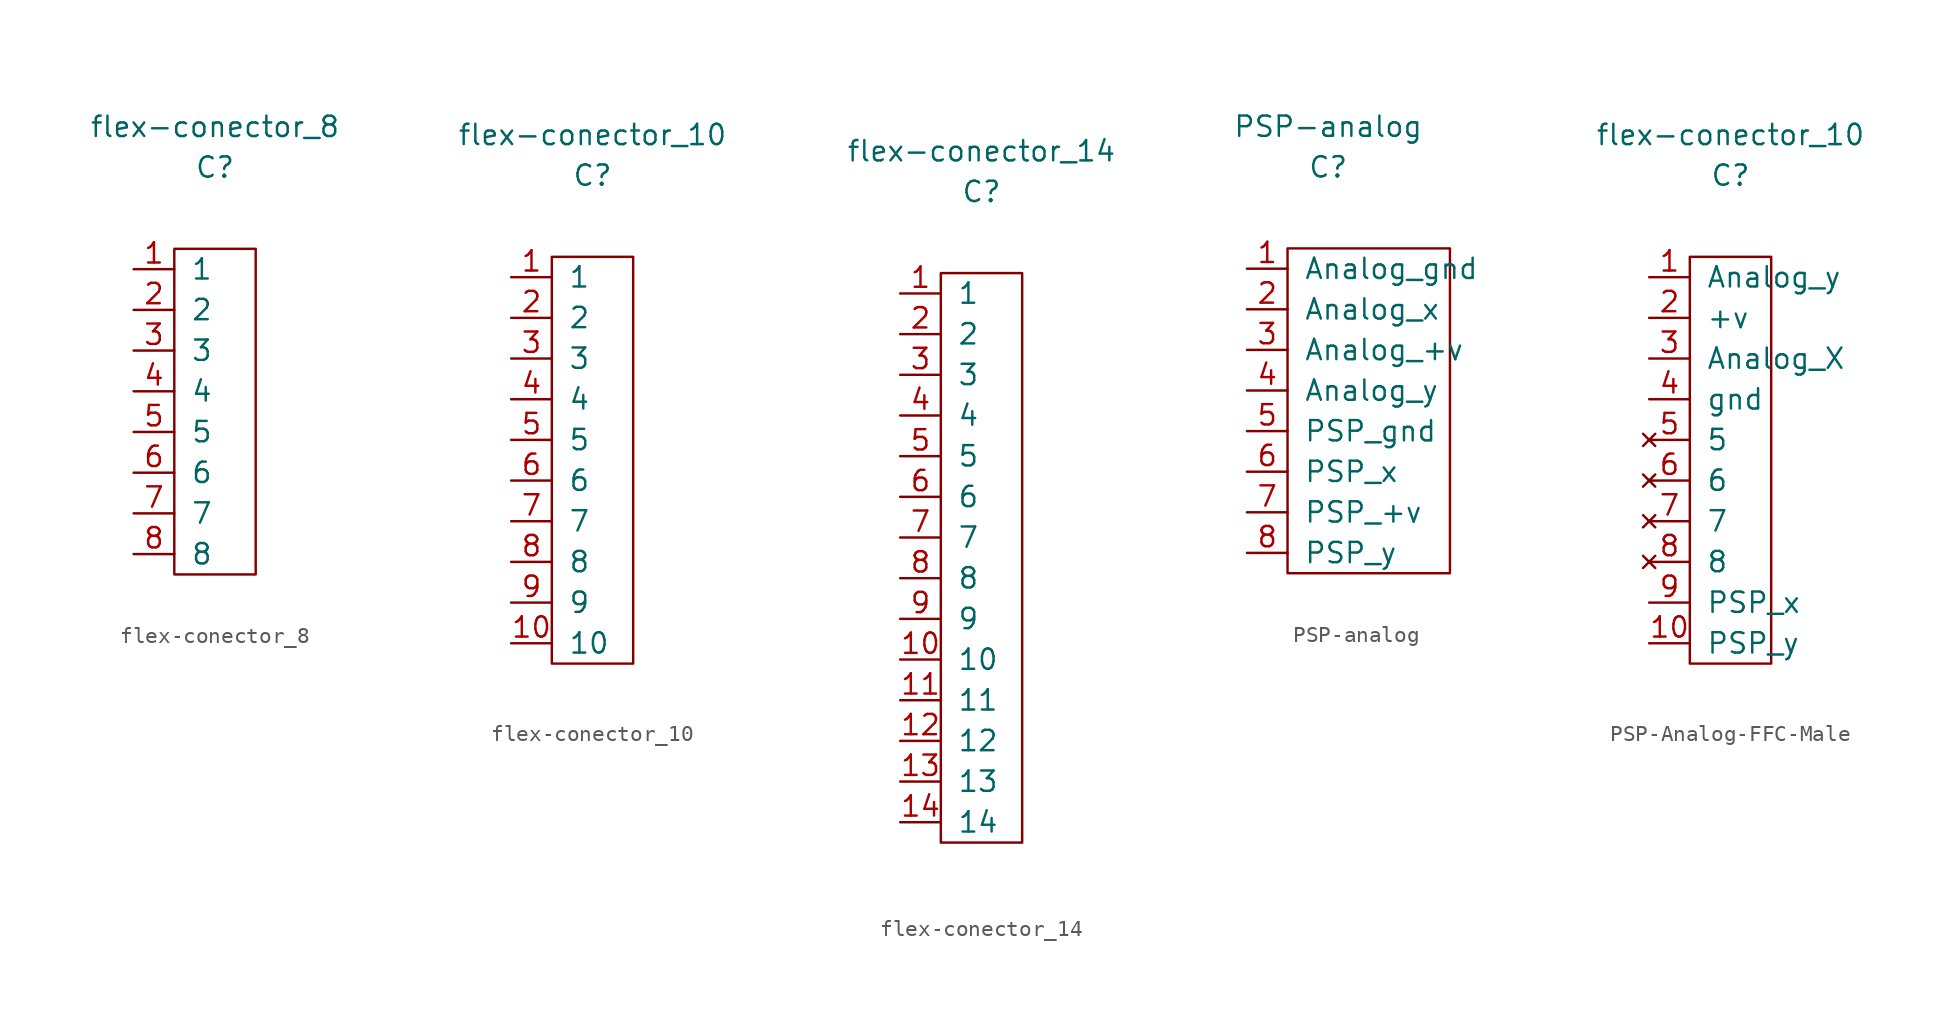
<source format=kicad_sym>
(kicad_symbol_lib
  (version 20231120)
  (generator "kicad_symbol_editor")
  (generator_version "8.0")
  (symbol "flex-conector_8"
    (pin_names
      (offset 1.016))
    (property "Reference" "C"
      (at 0 2.54 0)
      (effects (font (size 1.27 1.27))))
    (property "Value" "flex-conector_8"
      (at 0 5.08 0)
      (effects (font (size 1.27 1.27))))
    (symbol "flex-conector_8_0_1"
      (rectangle (start -2.54 -2.54) (end 2.54 -22.86) (stroke (width 0) (type default)) (fill (type none))))
    (symbol "flex-conector_8_1_1"
      (pin input line (at -5.08 -3.81 0) (length 2.54) (name "1" (effects (font (size 1.27 1.27)))) (number "1" (effects (font (size 1.27 1.27)))))
      (pin input line (at -5.08 -6.35 0) (length 2.54) (name "2" (effects (font (size 1.27 1.27)))) (number "2" (effects (font (size 1.27 1.27)))))
      (pin input line (at -5.08 -8.89 0) (length 2.54) (name "3" (effects (font (size 1.27 1.27)))) (number "3" (effects (font (size 1.27 1.27)))))
      (pin input line (at -5.08 -11.43 0) (length 2.54) (name "4" (effects (font (size 1.27 1.27)))) (number "4" (effects (font (size 1.27 1.27)))))
      (pin input line (at -5.08 -13.97 0) (length 2.54) (name "5" (effects (font (size 1.27 1.27)))) (number "5" (effects (font (size 1.27 1.27)))))
      (pin input line (at -5.08 -16.51 0) (length 2.54) (name "6" (effects (font (size 1.27 1.27)))) (number "6" (effects (font (size 1.27 1.27)))))
      (pin input line (at -5.08 -19.05 0) (length 2.54) (name "7" (effects (font (size 1.27 1.27)))) (number "7" (effects (font (size 1.27 1.27)))))
      (pin input line (at -5.08 -21.59 0) (length 2.54) (name "8" (effects (font (size 1.27 1.27)))) (number "8" (effects (font (size 1.27 1.27)))))))
  (symbol "flex-conector_10"
    (pin_names
      (offset 1.016))
    (property "Reference" "C"
      (at 0 2.54 0)
      (effects (font (size 1.27 1.27))))
    (property "Value" "flex-conector_10"
      (at 0 5.08 0)
      (effects (font (size 1.27 1.27))))
    (symbol "flex-conector_10_0_1"
      (rectangle (start -2.54 -2.54) (end 2.54 -27.94) (stroke (width 0) (type default)) (fill (type none))))
    (symbol "flex-conector_10_1_1"
      (pin input line (at -5.08 -3.81 0) (length 2.54) (name "1" (effects (font (size 1.27 1.27)))) (number "1" (effects (font (size 1.27 1.27)))))
      (pin input line (at -5.08 -26.67 0) (length 2.54) (name "10" (effects (font (size 1.27 1.27)))) (number "10" (effects (font (size 1.27 1.27)))))
      (pin input line (at -5.08 -6.35 0) (length 2.54) (name "2" (effects (font (size 1.27 1.27)))) (number "2" (effects (font (size 1.27 1.27)))))
      (pin input line (at -5.08 -8.89 0) (length 2.54) (name "3" (effects (font (size 1.27 1.27)))) (number "3" (effects (font (size 1.27 1.27)))))
      (pin input line (at -5.08 -11.43 0) (length 2.54) (name "4" (effects (font (size 1.27 1.27)))) (number "4" (effects (font (size 1.27 1.27)))))
      (pin input line (at -5.08 -13.97 0) (length 2.54) (name "5" (effects (font (size 1.27 1.27)))) (number "5" (effects (font (size 1.27 1.27)))))
      (pin input line (at -5.08 -16.51 0) (length 2.54) (name "6" (effects (font (size 1.27 1.27)))) (number "6" (effects (font (size 1.27 1.27)))))
      (pin input line (at -5.08 -19.05 0) (length 2.54) (name "7" (effects (font (size 1.27 1.27)))) (number "7" (effects (font (size 1.27 1.27)))))
      (pin input line (at -5.08 -21.59 0) (length 2.54) (name "8" (effects (font (size 1.27 1.27)))) (number "8" (effects (font (size 1.27 1.27)))))
      (pin input line (at -5.08 -24.13 0) (length 2.54) (name "9" (effects (font (size 1.27 1.27)))) (number "9" (effects (font (size 1.27 1.27)))))))
  (symbol "flex-conector_14"
    (pin_names
      (offset 1.016))
    (property "Reference" "C"
      (at 0 2.54 0)
      (effects (font (size 1.27 1.27))))
    (property "Value" "flex-conector_14"
      (at 0 5.08 0)
      (effects (font (size 1.27 1.27))))
    (symbol "flex-conector_14_0_1"
      (rectangle (start -2.54 -2.54) (end 2.54 -38.1) (stroke (width 0) (type default)) (fill (type none))))
    (symbol "flex-conector_14_1_1"
      (pin input line (at -5.08 -3.81 0) (length 2.54) (name "1" (effects (font (size 1.27 1.27)))) (number "1" (effects (font (size 1.27 1.27)))))
      (pin input line (at -5.08 -26.67 0) (length 2.54) (name "10" (effects (font (size 1.27 1.27)))) (number "10" (effects (font (size 1.27 1.27)))))
      (pin input line (at -5.08 -29.21 0) (length 2.54) (name "11" (effects (font (size 1.27 1.27)))) (number "11" (effects (font (size 1.27 1.27)))))
      (pin input line (at -5.08 -31.75 0) (length 2.54) (name "12" (effects (font (size 1.27 1.27)))) (number "12" (effects (font (size 1.27 1.27)))))
      (pin input line (at -5.08 -34.29 0) (length 2.54) (name "13" (effects (font (size 1.27 1.27)))) (number "13" (effects (font (size 1.27 1.27)))))
      (pin input line (at -5.08 -36.83 0) (length 2.54) (name "14" (effects (font (size 1.27 1.27)))) (number "14" (effects (font (size 1.27 1.27)))))
      (pin input line (at -5.08 -6.35 0) (length 2.54) (name "2" (effects (font (size 1.27 1.27)))) (number "2" (effects (font (size 1.27 1.27)))))
      (pin input line (at -5.08 -8.89 0) (length 2.54) (name "3" (effects (font (size 1.27 1.27)))) (number "3" (effects (font (size 1.27 1.27)))))
      (pin input line (at -5.08 -11.43 0) (length 2.54) (name "4" (effects (font (size 1.27 1.27)))) (number "4" (effects (font (size 1.27 1.27)))))
      (pin input line (at -5.08 -13.97 0) (length 2.54) (name "5" (effects (font (size 1.27 1.27)))) (number "5" (effects (font (size 1.27 1.27)))))
      (pin input line (at -5.08 -16.51 0) (length 2.54) (name "6" (effects (font (size 1.27 1.27)))) (number "6" (effects (font (size 1.27 1.27)))))
      (pin input line (at -5.08 -19.05 0) (length 2.54) (name "7" (effects (font (size 1.27 1.27)))) (number "7" (effects (font (size 1.27 1.27)))))
      (pin input line (at -5.08 -21.59 0) (length 2.54) (name "8" (effects (font (size 1.27 1.27)))) (number "8" (effects (font (size 1.27 1.27)))))
      (pin input line (at -5.08 -24.13 0) (length 2.54) (name "9" (effects (font (size 1.27 1.27)))) (number "9" (effects (font (size 1.27 1.27)))))))
  (symbol "PSP-analog"
    (pin_names
      (offset 1.016))
    (property "Reference" "C"
      (at 0 2.54 0)
      (effects (font (size 1.27 1.27))))
    (property "Value" "PSP-analog"
      (at 0 5.08 0)
      (effects (font (size 1.27 1.27))))
    (symbol "PSP-analog_0_1"
      (rectangle (start -2.54 -2.54) (end 7.62 -22.86) (stroke (width 0) (type default)) (fill (type none))))
    (symbol "PSP-analog_1_1"
      (pin input line (at -5.08 -3.81 0) (length 2.54) (name "Analog_gnd" (effects (font (size 1.27 1.27)))) (number "1" (effects (font (size 1.27 1.27)))))
      (pin input line (at -5.08 -6.35 0) (length 2.54) (name "Analog_x" (effects (font (size 1.27 1.27)))) (number "2" (effects (font (size 1.27 1.27)))))
      (pin input line (at -5.08 -8.89 0) (length 2.54) (name "Analog_+v" (effects (font (size 1.27 1.27)))) (number "3" (effects (font (size 1.27 1.27)))))
      (pin input line (at -5.08 -11.43 0) (length 2.54) (name "Analog_y" (effects (font (size 1.27 1.27)))) (number "4" (effects (font (size 1.27 1.27)))))
      (pin input line (at -5.08 -13.97 0) (length 2.54) (name "PSP_gnd" (effects (font (size 1.27 1.27)))) (number "5" (effects (font (size 1.27 1.27)))))
      (pin input line (at -5.08 -16.51 0) (length 2.54) (name "PSP_x" (effects (font (size 1.27 1.27)))) (number "6" (effects (font (size 1.27 1.27)))))
      (pin input line (at -5.08 -19.05 0) (length 2.54) (name "PSP_+v" (effects (font (size 1.27 1.27)))) (number "7" (effects (font (size 1.27 1.27)))))
      (pin input line (at -5.08 -21.59 0) (length 2.54) (name "PSP_y" (effects (font (size 1.27 1.27)))) (number "8" (effects (font (size 1.27 1.27)))))))
  (symbol "PSP-Analog-FFC-Male"
    (pin_names
      (offset 1.016))
    (property "Reference" "C"
      (at 0 2.54 0)
      (effects (font (size 1.27 1.27))))
    (property "Value" "flex-conector_10"
      (at 0 5.08 0)
      (effects (font (size 1.27 1.27))))
    (symbol "PSP-Analog-FFC-Male_0_1"
      (rectangle (start -2.54 -2.54) (end 2.54 -27.94) (stroke (width 0) (type default)) (fill (type none))))
    (symbol "PSP-Analog-FFC-Male_1_1"
      (pin input line (at -5.08 -3.81 0) (length 2.54) (name "Analog_y" (effects (font (size 1.27 1.27)))) (number "1" (effects (font (size 1.27 1.27)))))
      (pin input line (at -5.08 -26.67 0) (length 2.54) (name "PSP_y" (effects (font (size 1.27 1.27)))) (number "10" (effects (font (size 1.27 1.27)))))
      (pin input line (at -5.08 -6.35 0) (length 2.54) (name "+v" (effects (font (size 1.27 1.27)))) (number "2" (effects (font (size 1.27 1.27)))))
      (pin input line (at -5.08 -8.89 0) (length 2.54) (name "Analog_X" (effects (font (size 1.27 1.27)))) (number "3" (effects (font (size 1.27 1.27)))))
      (pin input line (at -5.08 -11.43 0) (length 2.54) (name "gnd" (effects (font (size 1.27 1.27)))) (number "4" (effects (font (size 1.27 1.27)))))
      (pin no_connect line (at -5.08 -13.97 0) (length 2.54) (name "5" (effects (font (size 1.27 1.27)))) (number "5" (effects (font (size 1.27 1.27)))))
      (pin no_connect line (at -5.08 -16.51 0) (length 2.54) (name "6" (effects (font (size 1.27 1.27)))) (number "6" (effects (font (size 1.27 1.27)))))
      (pin no_connect line (at -5.08 -19.05 0) (length 2.54) (name "7" (effects (font (size 1.27 1.27)))) (number "7" (effects (font (size 1.27 1.27)))))
      (pin no_connect line (at -5.08 -21.59 0) (length 2.54) (name "8" (effects (font (size 1.27 1.27)))) (number "8" (effects (font (size 1.27 1.27)))))
      (pin input line (at -5.08 -24.13 0) (length 2.54) (name "PSP_x" (effects (font (size 1.27 1.27)))) (number "9" (effects (font (size 1.27 1.27))))))))
</source>
